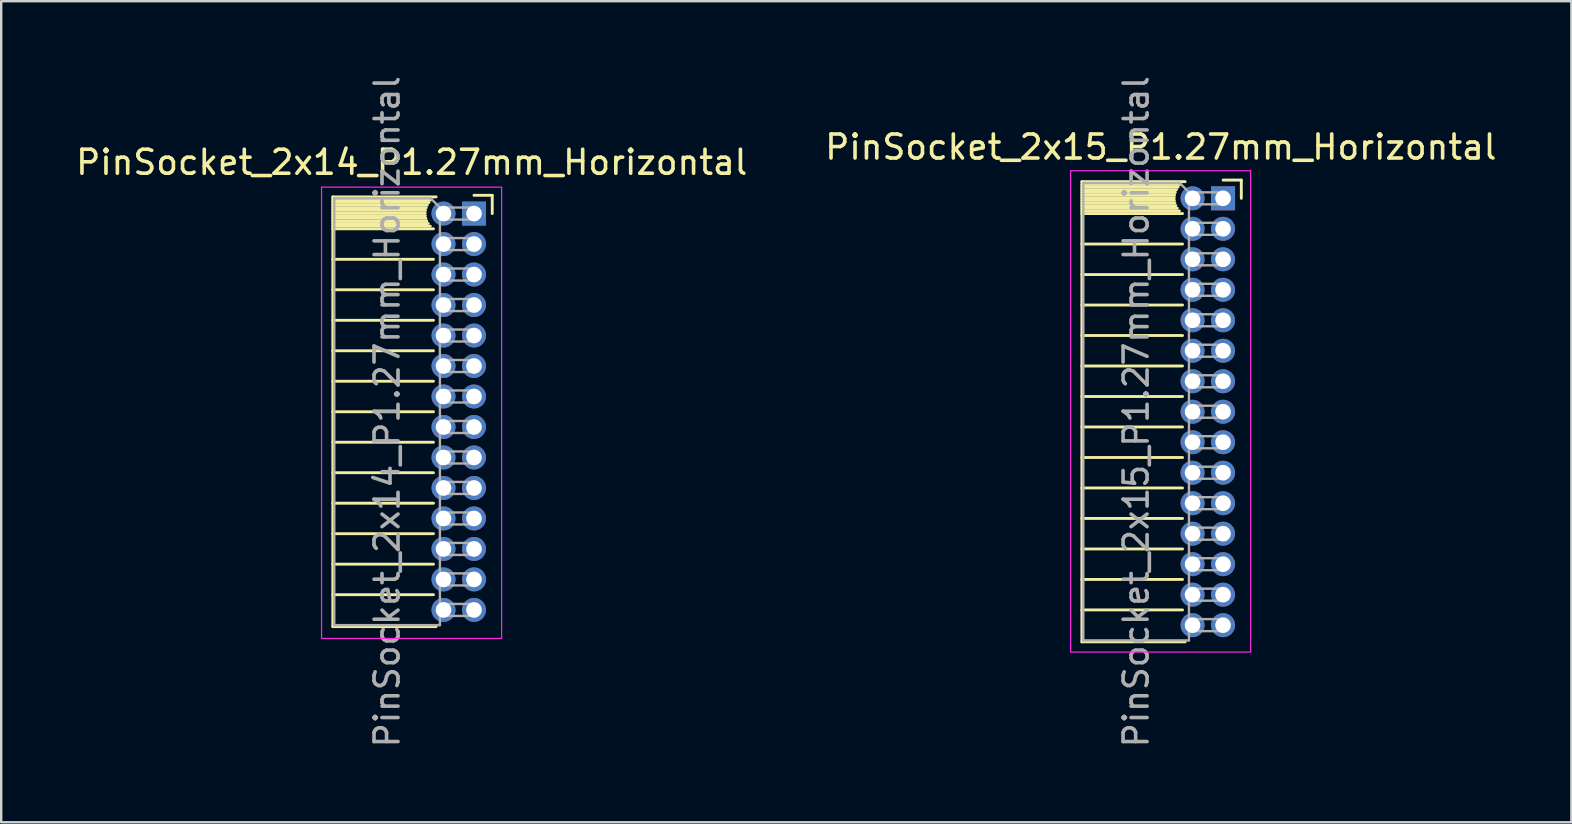
<source format=kicad_pcb>
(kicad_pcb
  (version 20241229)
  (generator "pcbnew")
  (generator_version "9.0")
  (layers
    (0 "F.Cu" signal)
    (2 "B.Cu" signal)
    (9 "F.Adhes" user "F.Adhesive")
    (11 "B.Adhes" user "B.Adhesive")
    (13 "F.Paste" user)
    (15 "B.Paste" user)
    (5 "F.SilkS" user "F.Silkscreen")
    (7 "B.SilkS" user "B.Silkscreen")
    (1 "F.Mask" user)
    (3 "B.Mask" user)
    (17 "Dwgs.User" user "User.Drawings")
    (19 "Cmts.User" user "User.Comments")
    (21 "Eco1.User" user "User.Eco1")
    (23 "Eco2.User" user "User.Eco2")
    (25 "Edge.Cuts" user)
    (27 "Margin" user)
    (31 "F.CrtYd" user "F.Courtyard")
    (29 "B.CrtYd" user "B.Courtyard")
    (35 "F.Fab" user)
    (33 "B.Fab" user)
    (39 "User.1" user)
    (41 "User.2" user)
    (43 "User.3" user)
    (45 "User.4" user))
  (footprint "PinSocket_2x15_P1.27mm_Horizontal"
    (layer "F.Cu")
    (at 47.896 5.211)
    (property "Reference" "PinSocket_2x15_P1.27mm_Horizontal" (at -2.592 -2.135 0) (layer "F.SilkS") (effects (font (size 1 1) (thickness 0.15))))
    (attr through_hole)
    (fp_line (start -5.88 -0.695) (end -5.88 18.475) (stroke (width 0.12) (type solid)) (layer "F.SilkS"))
    (fp_line (start -5.88 -0.695) (end -1.578 -0.695) (stroke (width 0.12) (type solid)) (layer "F.SilkS"))
    (fp_line (start -5.88 -0.575) (end -1.767 -0.575) (stroke (width 0.12) (type solid)) (layer "F.SilkS"))
    (fp_line (start -5.88 -0.465) (end -1.871 -0.465) (stroke (width 0.12) (type solid)) (layer "F.SilkS"))
    (fp_line (start -5.88 -0.355) (end -1.942 -0.355) (stroke (width 0.12) (type solid)) (layer "F.SilkS"))
    (fp_line (start -5.88 -0.245) (end -1.989 -0.245) (stroke (width 0.12) (type solid)) (layer "F.SilkS"))
    (fp_line (start -5.88 -0.135) (end -2.018 -0.135) (stroke (width 0.12) (type solid)) (layer "F.SilkS"))
    (fp_line (start -5.88 -0.025) (end -2.03 -0.025) (stroke (width 0.12) (type solid)) (layer "F.SilkS"))
    (fp_line (start -5.88 0.085) (end -2.025 0.085) (stroke (width 0.12) (type solid)) (layer "F.SilkS"))
    (fp_line (start -5.88 0.195) (end -2.005 0.195) (stroke (width 0.12) (type solid)) (layer "F.SilkS"))
    (fp_line (start -5.88 0.305) (end -1.966 0.305) (stroke (width 0.12) (type solid)) (layer "F.SilkS"))
    (fp_line (start -5.88 0.415) (end -1.907 0.415) (stroke (width 0.12) (type solid)) (layer "F.SilkS"))
    (fp_line (start -5.88 0.525) (end -1.82 0.525) (stroke (width 0.12) (type solid)) (layer "F.SilkS"))
    (fp_line (start -5.88 0.635) (end -1.688 0.635) (stroke (width 0.12) (type solid)) (layer "F.SilkS"))
    (fp_line (start -5.88 1.905) (end -1.688 1.905) (stroke (width 0.12) (type solid)) (layer "F.SilkS"))
    (fp_line (start -5.88 3.175) (end -1.688 3.175) (stroke (width 0.12) (type solid)) (layer "F.SilkS"))
    (fp_line (start -5.88 4.445) (end -1.688 4.445) (stroke (width 0.12) (type solid)) (layer "F.SilkS"))
    (fp_line (start -5.88 5.715) (end -1.688 5.715) (stroke (width 0.12) (type solid)) (layer "F.SilkS"))
    (fp_line (start -5.88 6.985) (end -1.688 6.985) (stroke (width 0.12) (type solid)) (layer "F.SilkS"))
    (fp_line (start -5.88 8.255) (end -1.688 8.255) (stroke (width 0.12) (type solid)) (layer "F.SilkS"))
    (fp_line (start -5.88 9.525) (end -1.688 9.525) (stroke (width 0.12) (type solid)) (layer "F.SilkS"))
    (fp_line (start -5.88 10.795) (end -1.688 10.795) (stroke (width 0.12) (type solid)) (layer "F.SilkS"))
    (fp_line (start -5.88 12.065) (end -1.688 12.065) (stroke (width 0.12) (type solid)) (layer "F.SilkS"))
    (fp_line (start -5.88 13.335) (end -1.688 13.335) (stroke (width 0.12) (type solid)) (layer "F.SilkS"))
    (fp_line (start -5.88 14.605) (end -1.688 14.605) (stroke (width 0.12) (type solid)) (layer "F.SilkS"))
    (fp_line (start -5.88 15.875) (end -1.688 15.875) (stroke (width 0.12) (type solid)) (layer "F.SilkS"))
    (fp_line (start -5.88 17.145) (end -1.688 17.145) (stroke (width 0.12) (type solid)) (layer "F.SilkS"))
    (fp_line (start -5.88 18.475) (end -1.578 18.475) (stroke (width 0.12) (type solid)) (layer "F.SilkS"))
    (fp_line (start 0 -0.76) (end 0.76 -0.76) (stroke (width 0.12) (type solid)) (layer "F.SilkS"))
    (fp_line (start 0.76 -0.76) (end 0.76 0) (stroke (width 0.12) (type solid)) (layer "F.SilkS"))
    (fp_line (start -6.35 -1.15) (end -6.35 18.9) (stroke (width 0.05) (type solid)) (layer "F.CrtYd"))
    (fp_line (start -6.35 18.9) (end 1.15 18.9) (stroke (width 0.05) (type solid)) (layer "F.CrtYd"))
    (fp_line (start 1.15 -1.15) (end -6.35 -1.15) (stroke (width 0.05) (type solid)) (layer "F.CrtYd"))
    (fp_line (start 1.15 18.9) (end 1.15 -1.15) (stroke (width 0.05) (type solid)) (layer "F.CrtYd"))
    (fp_line (start -5.82 -0.635) (end -1.805 -0.635) (stroke (width 0.1) (type solid)) (layer "F.Fab"))
    (fp_line (start -5.82 18.415) (end -5.82 -0.635) (stroke (width 0.1) (type solid)) (layer "F.Fab"))
    (fp_line (start -1.805 -0.635) (end -1.42 -0.25) (stroke (width 0.1) (type solid)) (layer "F.Fab"))
    (fp_line (start -1.42 -0.25) (end -1.42 18.415) (stroke (width 0.1) (type solid)) (layer "F.Fab"))
    (fp_line (start -1.42 0.25) (end 0 0.25) (stroke (width 0.1) (type solid)) (layer "F.Fab"))
    (fp_line (start -1.42 1.52) (end 0 1.52) (stroke (width 0.1) (type solid)) (layer "F.Fab"))
    (fp_line (start -1.42 2.79) (end 0 2.79) (stroke (width 0.1) (type solid)) (layer "F.Fab"))
    (fp_line (start -1.42 4.06) (end 0 4.06) (stroke (width 0.1) (type solid)) (layer "F.Fab"))
    (fp_line (start -1.42 5.33) (end 0 5.33) (stroke (width 0.1) (type solid)) (layer "F.Fab"))
    (fp_line (start -1.42 6.6) (end 0 6.6) (stroke (width 0.1) (type solid)) (layer "F.Fab"))
    (fp_line (start -1.42 7.87) (end 0 7.87) (stroke (width 0.1) (type solid)) (layer "F.Fab"))
    (fp_line (start -1.42 9.14) (end 0 9.14) (stroke (width 0.1) (type solid)) (layer "F.Fab"))
    (fp_line (start -1.42 10.41) (end 0 10.41) (stroke (width 0.1) (type solid)) (layer "F.Fab"))
    (fp_line (start -1.42 11.68) (end 0 11.68) (stroke (width 0.1) (type solid)) (layer "F.Fab"))
    (fp_line (start -1.42 12.95) (end 0 12.95) (stroke (width 0.1) (type solid)) (layer "F.Fab"))
    (fp_line (start -1.42 14.22) (end 0 14.22) (stroke (width 0.1) (type solid)) (layer "F.Fab"))
    (fp_line (start -1.42 15.49) (end 0 15.49) (stroke (width 0.1) (type solid)) (layer "F.Fab"))
    (fp_line (start -1.42 16.76) (end 0 16.76) (stroke (width 0.1) (type solid)) (layer "F.Fab"))
    (fp_line (start -1.42 18.03) (end 0 18.03) (stroke (width 0.1) (type solid)) (layer "F.Fab"))
    (fp_line (start -1.42 18.415) (end -5.82 18.415) (stroke (width 0.1) (type solid)) (layer "F.Fab"))
    (fp_line (start 0 -0.25) (end -1.42 -0.25) (stroke (width 0.1) (type solid)) (layer "F.Fab"))
    (fp_line (start 0 0.25) (end 0 -0.25) (stroke (width 0.1) (type solid)) (layer "F.Fab"))
    (fp_line (start 0 1.02) (end -1.42 1.02) (stroke (width 0.1) (type solid)) (layer "F.Fab"))
    (fp_line (start 0 1.52) (end 0 1.02) (stroke (width 0.1) (type solid)) (layer "F.Fab"))
    (fp_line (start 0 2.29) (end -1.42 2.29) (stroke (width 0.1) (type solid)) (layer "F.Fab"))
    (fp_line (start 0 2.79) (end 0 2.29) (stroke (width 0.1) (type solid)) (layer "F.Fab"))
    (fp_line (start 0 3.56) (end -1.42 3.56) (stroke (width 0.1) (type solid)) (layer "F.Fab"))
    (fp_line (start 0 4.06) (end 0 3.56) (stroke (width 0.1) (type solid)) (layer "F.Fab"))
    (fp_line (start 0 4.83) (end -1.42 4.83) (stroke (width 0.1) (type solid)) (layer "F.Fab"))
    (fp_line (start 0 5.33) (end 0 4.83) (stroke (width 0.1) (type solid)) (layer "F.Fab"))
    (fp_line (start 0 6.1) (end -1.42 6.1) (stroke (width 0.1) (type solid)) (layer "F.Fab"))
    (fp_line (start 0 6.6) (end 0 6.1) (stroke (width 0.1) (type solid)) (layer "F.Fab"))
    (fp_line (start 0 7.37) (end -1.42 7.37) (stroke (width 0.1) (type solid)) (layer "F.Fab"))
    (fp_line (start 0 7.87) (end 0 7.37) (stroke (width 0.1) (type solid)) (layer "F.Fab"))
    (fp_line (start 0 8.64) (end -1.42 8.64) (stroke (width 0.1) (type solid)) (layer "F.Fab"))
    (fp_line (start 0 9.14) (end 0 8.64) (stroke (width 0.1) (type solid)) (layer "F.Fab"))
    (fp_line (start 0 9.91) (end -1.42 9.91) (stroke (width 0.1) (type solid)) (layer "F.Fab"))
    (fp_line (start 0 10.41) (end 0 9.91) (stroke (width 0.1) (type solid)) (layer "F.Fab"))
    (fp_line (start 0 11.18) (end -1.42 11.18) (stroke (width 0.1) (type solid)) (layer "F.Fab"))
    (fp_line (start 0 11.68) (end 0 11.18) (stroke (width 0.1) (type solid)) (layer "F.Fab"))
    (fp_line (start 0 12.45) (end -1.42 12.45) (stroke (width 0.1) (type solid)) (layer "F.Fab"))
    (fp_line (start 0 12.95) (end 0 12.45) (stroke (width 0.1) (type solid)) (layer "F.Fab"))
    (fp_line (start 0 13.72) (end -1.42 13.72) (stroke (width 0.1) (type solid)) (layer "F.Fab"))
    (fp_line (start 0 14.22) (end 0 13.72) (stroke (width 0.1) (type solid)) (layer "F.Fab"))
    (fp_line (start 0 14.99) (end -1.42 14.99) (stroke (width 0.1) (type solid)) (layer "F.Fab"))
    (fp_line (start 0 15.49) (end 0 14.99) (stroke (width 0.1) (type solid)) (layer "F.Fab"))
    (fp_line (start 0 16.26) (end -1.42 16.26) (stroke (width 0.1) (type solid)) (layer "F.Fab"))
    (fp_line (start 0 16.76) (end 0 16.26) (stroke (width 0.1) (type solid)) (layer "F.Fab"))
    (fp_line (start 0 17.53) (end -1.42 17.53) (stroke (width 0.1) (type solid)) (layer "F.Fab"))
    (fp_line (start 0 18.03) (end 0 17.53) (stroke (width 0.1) (type solid)) (layer "F.Fab"))
    (fp_text user "${REFERENCE}" (at -3.62 8.89 90) (layer "F.Fab") (effects (font (size 1 1) (thickness 0.15))))
    (pad "1" thru_hole rect (at 0 0) (size 1 1) (drill 0.65) (layers "*.Cu" "*.Mask"))
    (pad "2" thru_hole circle (at -1.27 0) (size 1 1) (drill 0.65) (layers "*.Cu" "*.Mask"))
    (pad "3" thru_hole circle (at 0 1.27) (size 1 1) (drill 0.65) (layers "*.Cu" "*.Mask"))
    (pad "4" thru_hole circle (at -1.27 1.27) (size 1 1) (drill 0.65) (layers "*.Cu" "*.Mask"))
    (pad "5" thru_hole circle (at 0 2.54) (size 1 1) (drill 0.65) (layers "*.Cu" "*.Mask"))
    (pad "6" thru_hole circle (at -1.27 2.54) (size 1 1) (drill 0.65) (layers "*.Cu" "*.Mask"))
    (pad "7" thru_hole circle (at 0 3.81) (size 1 1) (drill 0.65) (layers "*.Cu" "*.Mask"))
    (pad "8" thru_hole circle (at -1.27 3.81) (size 1 1) (drill 0.65) (layers "*.Cu" "*.Mask"))
    (pad "9" thru_hole circle (at 0 5.08) (size 1 1) (drill 0.65) (layers "*.Cu" "*.Mask"))
    (pad "10" thru_hole circle (at -1.27 5.08) (size 1 1) (drill 0.65) (layers "*.Cu" "*.Mask"))
    (pad "11" thru_hole circle (at 0 6.35) (size 1 1) (drill 0.65) (layers "*.Cu" "*.Mask"))
    (pad "12" thru_hole circle (at -1.27 6.35) (size 1 1) (drill 0.65) (layers "*.Cu" "*.Mask"))
    (pad "13" thru_hole circle (at 0 7.62) (size 1 1) (drill 0.65) (layers "*.Cu" "*.Mask"))
    (pad "14" thru_hole circle (at -1.27 7.62) (size 1 1) (drill 0.65) (layers "*.Cu" "*.Mask"))
    (pad "15" thru_hole circle (at 0 8.89) (size 1 1) (drill 0.65) (layers "*.Cu" "*.Mask"))
    (pad "16" thru_hole circle (at -1.27 8.89) (size 1 1) (drill 0.65) (layers "*.Cu" "*.Mask"))
    (pad "17" thru_hole circle (at 0 10.16) (size 1 1) (drill 0.65) (layers "*.Cu" "*.Mask"))
    (pad "18" thru_hole circle (at -1.27 10.16) (size 1 1) (drill 0.65) (layers "*.Cu" "*.Mask"))
    (pad "19" thru_hole circle (at 0 11.43) (size 1 1) (drill 0.65) (layers "*.Cu" "*.Mask"))
    (pad "20" thru_hole circle (at -1.27 11.43) (size 1 1) (drill 0.65) (layers "*.Cu" "*.Mask"))
    (pad "21" thru_hole circle (at 0 12.7) (size 1 1) (drill 0.65) (layers "*.Cu" "*.Mask"))
    (pad "22" thru_hole circle (at -1.27 12.7) (size 1 1) (drill 0.65) (layers "*.Cu" "*.Mask"))
    (pad "23" thru_hole circle (at 0 13.97) (size 1 1) (drill 0.65) (layers "*.Cu" "*.Mask"))
    (pad "24" thru_hole circle (at -1.27 13.97) (size 1 1) (drill 0.65) (layers "*.Cu" "*.Mask"))
    (pad "25" thru_hole circle (at 0 15.24) (size 1 1) (drill 0.65) (layers "*.Cu" "*.Mask"))
    (pad "26" thru_hole circle (at -1.27 15.24) (size 1 1) (drill 0.65) (layers "*.Cu" "*.Mask"))
    (pad "27" thru_hole circle (at 0 16.51) (size 1 1) (drill 0.65) (layers "*.Cu" "*.Mask"))
    (pad "28" thru_hole circle (at -1.27 16.51) (size 1 1) (drill 0.65) (layers "*.Cu" "*.Mask"))
    (pad "29" thru_hole circle (at 0 17.78) (size 1 1) (drill 0.65) (layers "*.Cu" "*.Mask"))
    (pad "30" thru_hole circle (at -1.27 17.78) (size 1 1) (drill 0.65) (layers "*.Cu" "*.Mask")))
  (footprint "PinSocket_2x14_P1.27mm_Horizontal"
    (layer "F.Cu")
    (at 16.694 5.846)
    (property "Reference" "PinSocket_2x14_P1.27mm_Horizontal" (at -2.592 -2.135 0) (layer "F.SilkS") (effects (font (size 1 1) (thickness 0.15))))
    (attr through_hole)
    (fp_line (start -5.88 -0.695) (end -5.88 17.205) (stroke (width 0.12) (type solid)) (layer "F.SilkS"))
    (fp_line (start -5.88 -0.695) (end -1.578 -0.695) (stroke (width 0.12) (type solid)) (layer "F.SilkS"))
    (fp_line (start -5.88 -0.575) (end -1.767 -0.575) (stroke (width 0.12) (type solid)) (layer "F.SilkS"))
    (fp_line (start -5.88 -0.465) (end -1.871 -0.465) (stroke (width 0.12) (type solid)) (layer "F.SilkS"))
    (fp_line (start -5.88 -0.355) (end -1.942 -0.355) (stroke (width 0.12) (type solid)) (layer "F.SilkS"))
    (fp_line (start -5.88 -0.245) (end -1.989 -0.245) (stroke (width 0.12) (type solid)) (layer "F.SilkS"))
    (fp_line (start -5.88 -0.135) (end -2.018 -0.135) (stroke (width 0.12) (type solid)) (layer "F.SilkS"))
    (fp_line (start -5.88 -0.025) (end -2.03 -0.025) (stroke (width 0.12) (type solid)) (layer "F.SilkS"))
    (fp_line (start -5.88 0.085) (end -2.025 0.085) (stroke (width 0.12) (type solid)) (layer "F.SilkS"))
    (fp_line (start -5.88 0.195) (end -2.005 0.195) (stroke (width 0.12) (type solid)) (layer "F.SilkS"))
    (fp_line (start -5.88 0.305) (end -1.966 0.305) (stroke (width 0.12) (type solid)) (layer "F.SilkS"))
    (fp_line (start -5.88 0.415) (end -1.907 0.415) (stroke (width 0.12) (type solid)) (layer "F.SilkS"))
    (fp_line (start -5.88 0.525) (end -1.82 0.525) (stroke (width 0.12) (type solid)) (layer "F.SilkS"))
    (fp_line (start -5.88 0.635) (end -1.688 0.635) (stroke (width 0.12) (type solid)) (layer "F.SilkS"))
    (fp_line (start -5.88 1.905) (end -1.688 1.905) (stroke (width 0.12) (type solid)) (layer "F.SilkS"))
    (fp_line (start -5.88 3.175) (end -1.688 3.175) (stroke (width 0.12) (type solid)) (layer "F.SilkS"))
    (fp_line (start -5.88 4.445) (end -1.688 4.445) (stroke (width 0.12) (type solid)) (layer "F.SilkS"))
    (fp_line (start -5.88 5.715) (end -1.688 5.715) (stroke (width 0.12) (type solid)) (layer "F.SilkS"))
    (fp_line (start -5.88 6.985) (end -1.688 6.985) (stroke (width 0.12) (type solid)) (layer "F.SilkS"))
    (fp_line (start -5.88 8.255) (end -1.688 8.255) (stroke (width 0.12) (type solid)) (layer "F.SilkS"))
    (fp_line (start -5.88 9.525) (end -1.688 9.525) (stroke (width 0.12) (type solid)) (layer "F.SilkS"))
    (fp_line (start -5.88 10.795) (end -1.688 10.795) (stroke (width 0.12) (type solid)) (layer "F.SilkS"))
    (fp_line (start -5.88 12.065) (end -1.688 12.065) (stroke (width 0.12) (type solid)) (layer "F.SilkS"))
    (fp_line (start -5.88 13.335) (end -1.688 13.335) (stroke (width 0.12) (type solid)) (layer "F.SilkS"))
    (fp_line (start -5.88 14.605) (end -1.688 14.605) (stroke (width 0.12) (type solid)) (layer "F.SilkS"))
    (fp_line (start -5.88 15.875) (end -1.688 15.875) (stroke (width 0.12) (type solid)) (layer "F.SilkS"))
    (fp_line (start -5.88 17.205) (end -1.578 17.205) (stroke (width 0.12) (type solid)) (layer "F.SilkS"))
    (fp_line (start 0 -0.76) (end 0.76 -0.76) (stroke (width 0.12) (type solid)) (layer "F.SilkS"))
    (fp_line (start 0.76 -0.76) (end 0.76 0) (stroke (width 0.12) (type solid)) (layer "F.SilkS"))
    (fp_line (start -6.35 -1.1) (end -6.35 17.7) (stroke (width 0.05) (type solid)) (layer "F.CrtYd"))
    (fp_line (start -6.35 17.7) (end 1.15 17.7) (stroke (width 0.05) (type solid)) (layer "F.CrtYd"))
    (fp_line (start 1.15 -1.1) (end -6.35 -1.1) (stroke (width 0.05) (type solid)) (layer "F.CrtYd"))
    (fp_line (start 1.15 17.7) (end 1.15 -1.1) (stroke (width 0.05) (type solid)) (layer "F.CrtYd"))
    (fp_line (start -5.82 -0.635) (end -1.805 -0.635) (stroke (width 0.1) (type solid)) (layer "F.Fab"))
    (fp_line (start -5.82 17.145) (end -5.82 -0.635) (stroke (width 0.1) (type solid)) (layer "F.Fab"))
    (fp_line (start -1.805 -0.635) (end -1.42 -0.25) (stroke (width 0.1) (type solid)) (layer "F.Fab"))
    (fp_line (start -1.42 -0.25) (end -1.42 17.145) (stroke (width 0.1) (type solid)) (layer "F.Fab"))
    (fp_line (start -1.42 0.25) (end 0 0.25) (stroke (width 0.1) (type solid)) (layer "F.Fab"))
    (fp_line (start -1.42 1.52) (end 0 1.52) (stroke (width 0.1) (type solid)) (layer "F.Fab"))
    (fp_line (start -1.42 2.79) (end 0 2.79) (stroke (width 0.1) (type solid)) (layer "F.Fab"))
    (fp_line (start -1.42 4.06) (end 0 4.06) (stroke (width 0.1) (type solid)) (layer "F.Fab"))
    (fp_line (start -1.42 5.33) (end 0 5.33) (stroke (width 0.1) (type solid)) (layer "F.Fab"))
    (fp_line (start -1.42 6.6) (end 0 6.6) (stroke (width 0.1) (type solid)) (layer "F.Fab"))
    (fp_line (start -1.42 7.87) (end 0 7.87) (stroke (width 0.1) (type solid)) (layer "F.Fab"))
    (fp_line (start -1.42 9.14) (end 0 9.14) (stroke (width 0.1) (type solid)) (layer "F.Fab"))
    (fp_line (start -1.42 10.41) (end 0 10.41) (stroke (width 0.1) (type solid)) (layer "F.Fab"))
    (fp_line (start -1.42 11.68) (end 0 11.68) (stroke (width 0.1) (type solid)) (layer "F.Fab"))
    (fp_line (start -1.42 12.95) (end 0 12.95) (stroke (width 0.1) (type solid)) (layer "F.Fab"))
    (fp_line (start -1.42 14.22) (end 0 14.22) (stroke (width 0.1) (type solid)) (layer "F.Fab"))
    (fp_line (start -1.42 15.49) (end 0 15.49) (stroke (width 0.1) (type solid)) (layer "F.Fab"))
    (fp_line (start -1.42 16.76) (end 0 16.76) (stroke (width 0.1) (type solid)) (layer "F.Fab"))
    (fp_line (start -1.42 17.145) (end -5.82 17.145) (stroke (width 0.1) (type solid)) (layer "F.Fab"))
    (fp_line (start 0 -0.25) (end -1.42 -0.25) (stroke (width 0.1) (type solid)) (layer "F.Fab"))
    (fp_line (start 0 0.25) (end 0 -0.25) (stroke (width 0.1) (type solid)) (layer "F.Fab"))
    (fp_line (start 0 1.02) (end -1.42 1.02) (stroke (width 0.1) (type solid)) (layer "F.Fab"))
    (fp_line (start 0 1.52) (end 0 1.02) (stroke (width 0.1) (type solid)) (layer "F.Fab"))
    (fp_line (start 0 2.29) (end -1.42 2.29) (stroke (width 0.1) (type solid)) (layer "F.Fab"))
    (fp_line (start 0 2.79) (end 0 2.29) (stroke (width 0.1) (type solid)) (layer "F.Fab"))
    (fp_line (start 0 3.56) (end -1.42 3.56) (stroke (width 0.1) (type solid)) (layer "F.Fab"))
    (fp_line (start 0 4.06) (end 0 3.56) (stroke (width 0.1) (type solid)) (layer "F.Fab"))
    (fp_line (start 0 4.83) (end -1.42 4.83) (stroke (width 0.1) (type solid)) (layer "F.Fab"))
    (fp_line (start 0 5.33) (end 0 4.83) (stroke (width 0.1) (type solid)) (layer "F.Fab"))
    (fp_line (start 0 6.1) (end -1.42 6.1) (stroke (width 0.1) (type solid)) (layer "F.Fab"))
    (fp_line (start 0 6.6) (end 0 6.1) (stroke (width 0.1) (type solid)) (layer "F.Fab"))
    (fp_line (start 0 7.37) (end -1.42 7.37) (stroke (width 0.1) (type solid)) (layer "F.Fab"))
    (fp_line (start 0 7.87) (end 0 7.37) (stroke (width 0.1) (type solid)) (layer "F.Fab"))
    (fp_line (start 0 8.64) (end -1.42 8.64) (stroke (width 0.1) (type solid)) (layer "F.Fab"))
    (fp_line (start 0 9.14) (end 0 8.64) (stroke (width 0.1) (type solid)) (layer "F.Fab"))
    (fp_line (start 0 9.91) (end -1.42 9.91) (stroke (width 0.1) (type solid)) (layer "F.Fab"))
    (fp_line (start 0 10.41) (end 0 9.91) (stroke (width 0.1) (type solid)) (layer "F.Fab"))
    (fp_line (start 0 11.18) (end -1.42 11.18) (stroke (width 0.1) (type solid)) (layer "F.Fab"))
    (fp_line (start 0 11.68) (end 0 11.18) (stroke (width 0.1) (type solid)) (layer "F.Fab"))
    (fp_line (start 0 12.45) (end -1.42 12.45) (stroke (width 0.1) (type solid)) (layer "F.Fab"))
    (fp_line (start 0 12.95) (end 0 12.45) (stroke (width 0.1) (type solid)) (layer "F.Fab"))
    (fp_line (start 0 13.72) (end -1.42 13.72) (stroke (width 0.1) (type solid)) (layer "F.Fab"))
    (fp_line (start 0 14.22) (end 0 13.72) (stroke (width 0.1) (type solid)) (layer "F.Fab"))
    (fp_line (start 0 14.99) (end -1.42 14.99) (stroke (width 0.1) (type solid)) (layer "F.Fab"))
    (fp_line (start 0 15.49) (end 0 14.99) (stroke (width 0.1) (type solid)) (layer "F.Fab"))
    (fp_line (start 0 16.26) (end -1.42 16.26) (stroke (width 0.1) (type solid)) (layer "F.Fab"))
    (fp_line (start 0 16.76) (end 0 16.26) (stroke (width 0.1) (type solid)) (layer "F.Fab"))
    (fp_text user "${REFERENCE}" (at -3.62 8.255 90) (layer "F.Fab") (effects (font (size 1 1) (thickness 0.15))))
    (pad "1" thru_hole rect (at 0 0) (size 1 1) (drill 0.65) (layers "*.Cu" "*.Mask"))
    (pad "2" thru_hole circle (at -1.27 0) (size 1 1) (drill 0.65) (layers "*.Cu" "*.Mask"))
    (pad "3" thru_hole circle (at 0 1.27) (size 1 1) (drill 0.65) (layers "*.Cu" "*.Mask"))
    (pad "4" thru_hole circle (at -1.27 1.27) (size 1 1) (drill 0.65) (layers "*.Cu" "*.Mask"))
    (pad "5" thru_hole circle (at 0 2.54) (size 1 1) (drill 0.65) (layers "*.Cu" "*.Mask"))
    (pad "6" thru_hole circle (at -1.27 2.54) (size 1 1) (drill 0.65) (layers "*.Cu" "*.Mask"))
    (pad "7" thru_hole circle (at 0 3.81) (size 1 1) (drill 0.65) (layers "*.Cu" "*.Mask"))
    (pad "8" thru_hole circle (at -1.27 3.81) (size 1 1) (drill 0.65) (layers "*.Cu" "*.Mask"))
    (pad "9" thru_hole circle (at 0 5.08) (size 1 1) (drill 0.65) (layers "*.Cu" "*.Mask"))
    (pad "10" thru_hole circle (at -1.27 5.08) (size 1 1) (drill 0.65) (layers "*.Cu" "*.Mask"))
    (pad "11" thru_hole circle (at 0 6.35) (size 1 1) (drill 0.65) (layers "*.Cu" "*.Mask"))
    (pad "12" thru_hole circle (at -1.27 6.35) (size 1 1) (drill 0.65) (layers "*.Cu" "*.Mask"))
    (pad "13" thru_hole circle (at 0 7.62) (size 1 1) (drill 0.65) (layers "*.Cu" "*.Mask"))
    (pad "14" thru_hole circle (at -1.27 7.62) (size 1 1) (drill 0.65) (layers "*.Cu" "*.Mask"))
    (pad "15" thru_hole circle (at 0 8.89) (size 1 1) (drill 0.65) (layers "*.Cu" "*.Mask"))
    (pad "16" thru_hole circle (at -1.27 8.89) (size 1 1) (drill 0.65) (layers "*.Cu" "*.Mask"))
    (pad "17" thru_hole circle (at 0 10.16) (size 1 1) (drill 0.65) (layers "*.Cu" "*.Mask"))
    (pad "18" thru_hole circle (at -1.27 10.16) (size 1 1) (drill 0.65) (layers "*.Cu" "*.Mask"))
    (pad "19" thru_hole circle (at 0 11.43) (size 1 1) (drill 0.65) (layers "*.Cu" "*.Mask"))
    (pad "20" thru_hole circle (at -1.27 11.43) (size 1 1) (drill 0.65) (layers "*.Cu" "*.Mask"))
    (pad "21" thru_hole circle (at 0 12.7) (size 1 1) (drill 0.65) (layers "*.Cu" "*.Mask"))
    (pad "22" thru_hole circle (at -1.27 12.7) (size 1 1) (drill 0.65) (layers "*.Cu" "*.Mask"))
    (pad "23" thru_hole circle (at 0 13.97) (size 1 1) (drill 0.65) (layers "*.Cu" "*.Mask"))
    (pad "24" thru_hole circle (at -1.27 13.97) (size 1 1) (drill 0.65) (layers "*.Cu" "*.Mask"))
    (pad "25" thru_hole circle (at 0 15.24) (size 1 1) (drill 0.65) (layers "*.Cu" "*.Mask"))
    (pad "26" thru_hole circle (at -1.27 15.24) (size 1 1) (drill 0.65) (layers "*.Cu" "*.Mask"))
    (pad "27" thru_hole circle (at 0 16.51) (size 1 1) (drill 0.65) (layers "*.Cu" "*.Mask"))
    (pad "28" thru_hole circle (at -1.27 16.51) (size 1 1) (drill 0.65) (layers "*.Cu" "*.Mask")))
  (gr_rect
    (start -3 -3)
    (end 62.405 31.202)
    (stroke (width 0.1) (type default))
    (fill no)
    (layer "Edge.Cuts")))
</source>
